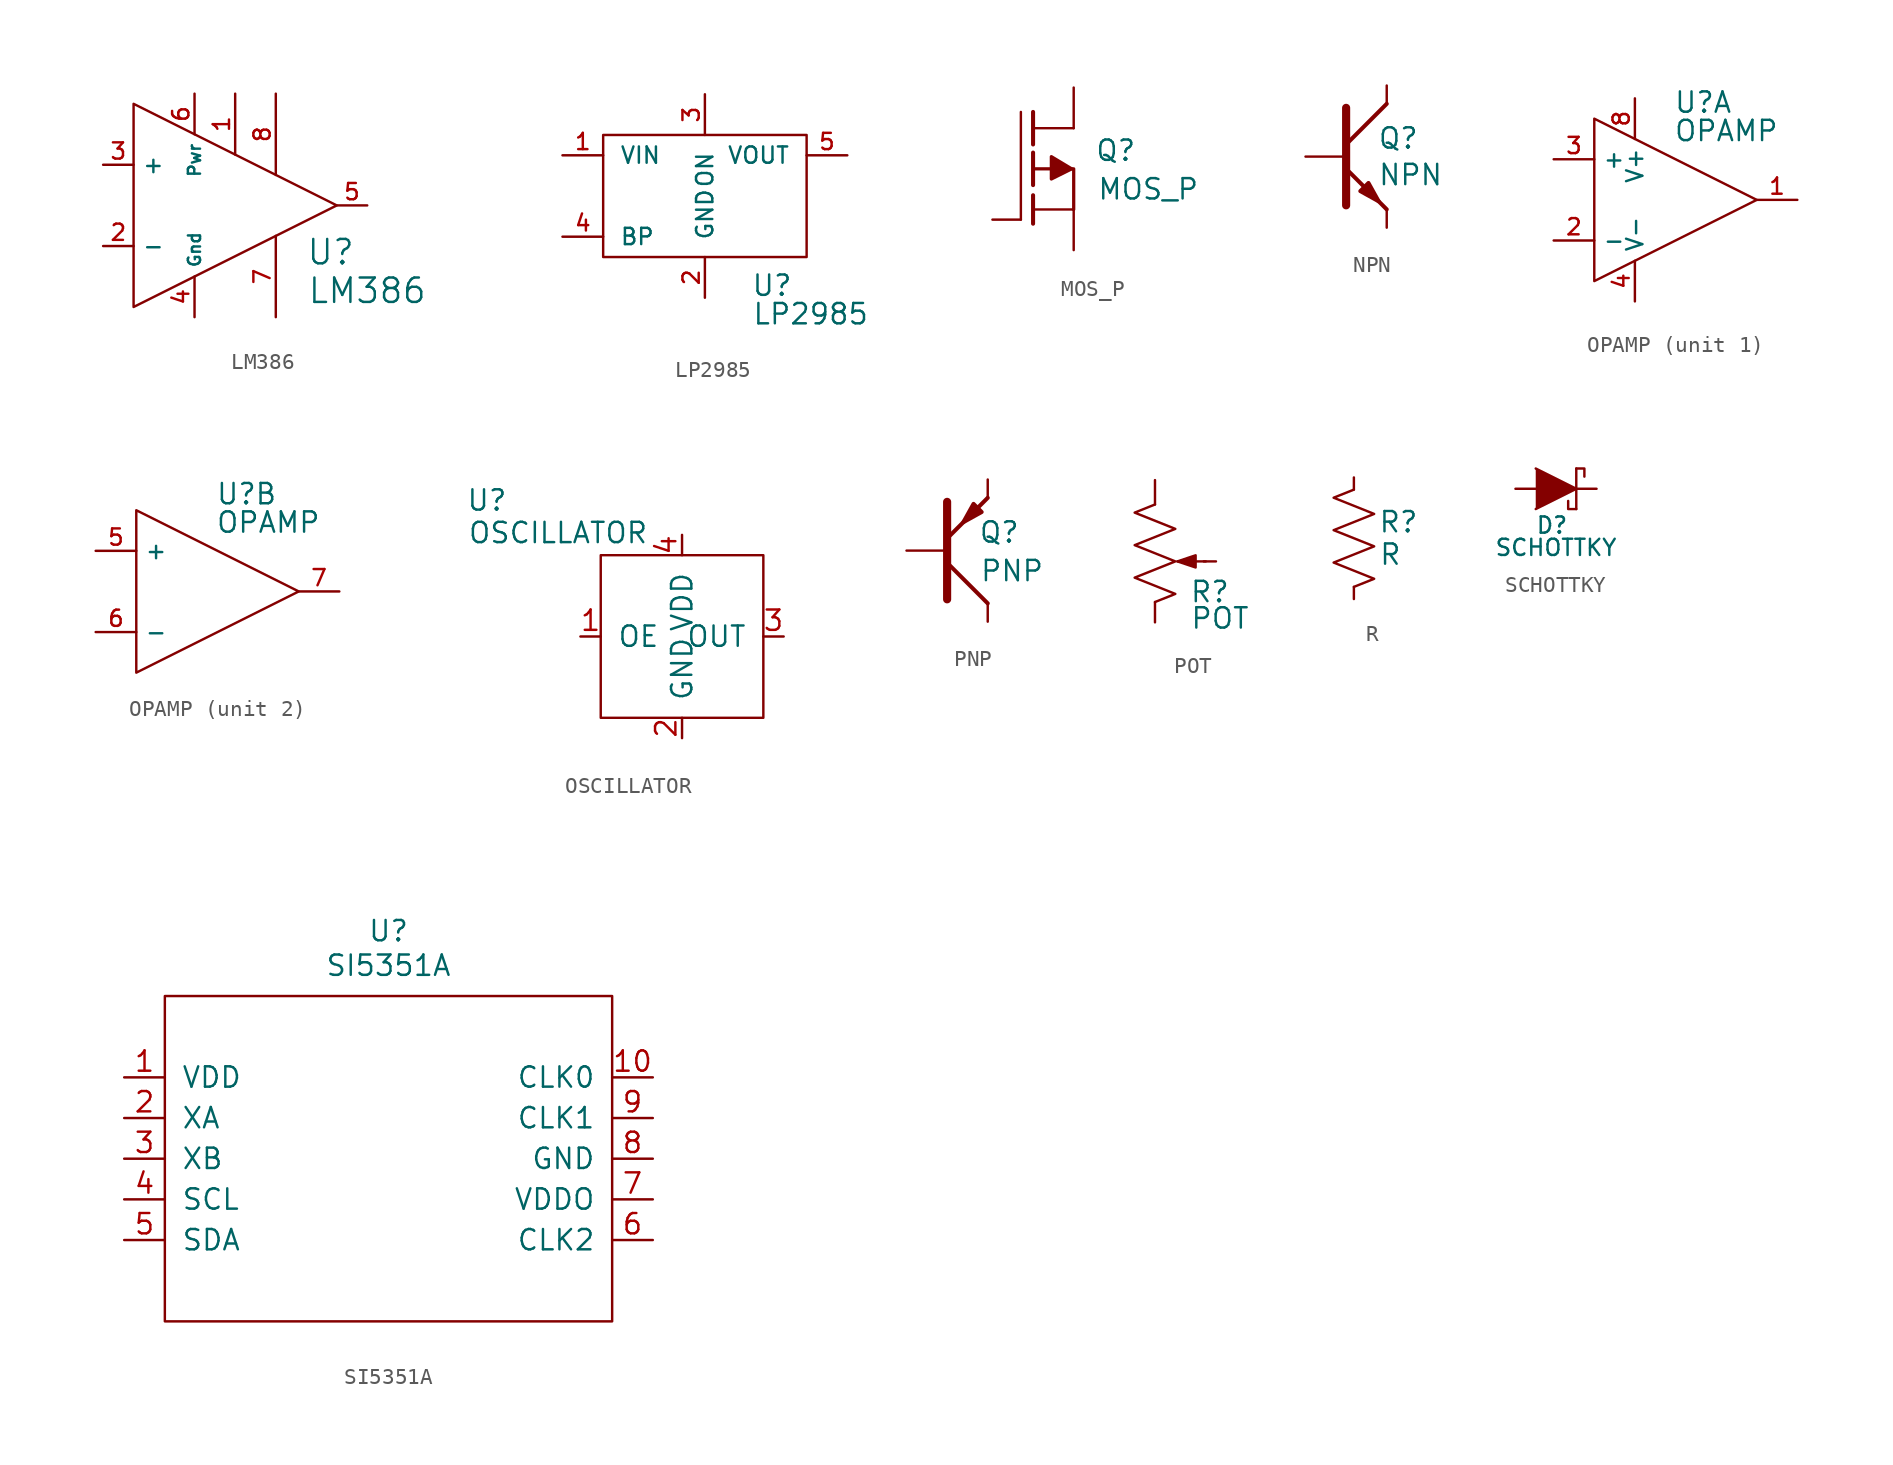
<source format=kicad_sym>
(kicad_symbol_lib
  (version 20220914)
  (generator kicad_symbol_editor)
  (symbol "LM386"
    (property "Reference" "U"
      (at 5.969 -2.921 0)
      (effects (font (size 1.524 1.524))))
    (property "Value" "LM386"
      (at 8.255 -5.334 0)
      (effects (font (size 1.524 1.524))))
    (property "Footprint" ""
      (at 0 0 0)
      (effects (font (size 1.524 1.524))))
    (property "Datasheet" ""
      (at 0 0 0)
      (effects (font (size 1.524 1.524))))
    (symbol "LM386_0_1"
      (polyline (pts (xy -6.35 6.35) (xy 6.35 0) (xy -6.35 -6.35) (xy -6.35 6.35)) (stroke (width 0) (type solid)) (fill (type none))))
    (symbol "LM386_1_1"
      (pin input line (at 0 6.985 270) (length 3.81) (name "~" (effects (font (size 0.508 0.508)))) (number "1" (effects (font (size 1.016 1.016)))))
      (pin input line (at -8.255 -2.54 0) (length 1.905) (name "-" (effects (font (size 1.016 1.016)))) (number "2" (effects (font (size 1.016 1.016)))))
      (pin input line (at -8.255 2.54 0) (length 1.905) (name "+" (effects (font (size 1.016 1.016)))) (number "3" (effects (font (size 1.016 1.016)))))
      (pin power_in line (at -2.54 -6.985 90) (length 2.54) (name "Gnd" (effects (font (size 0.762 0.762)))) (number "4" (effects (font (size 1.016 1.016)))))
      (pin output line (at 8.255 0 180) (length 1.905) (name "~" (effects (font (size 1.016 1.016)))) (number "5" (effects (font (size 1.016 1.016)))))
      (pin power_in line (at -2.54 6.985 270) (length 2.54) (name "Pwr" (effects (font (size 0.762 0.762)))) (number "6" (effects (font (size 1.016 1.016)))))
      (pin input line (at 2.54 -6.985 90) (length 5.08) (name "~" (effects (font (size 0.508 0.508)))) (number "7" (effects (font (size 1.016 1.016)))))
      (pin input line (at 2.54 6.985 270) (length 5.08) (name "~" (effects (font (size 0.508 0.508)))) (number "8" (effects (font (size 1.016 1.016)))))))
  (symbol "LP2985"
    (pin_names
      (offset 1.016))
    (property "Reference" "U"
      (at 4.191 -5.588 0)
      (effects (font (size 1.27 1.27))))
    (property "Value" "LP2985"
      (at 6.604 -7.366 0)
      (effects (font (size 1.27 1.27))))
    (property "Footprint" ""
      (at 0 0 0)
      (effects (font (size 1.524 1.524))))
    (property "Datasheet" ""
      (at 0 0 0)
      (effects (font (size 1.524 1.524))))
    (symbol "LP2985_0_1"
      (rectangle (start -6.35 3.81) (end 6.35 -3.81) (stroke (width 0) (type solid)) (fill (type none))))
    (symbol "LP2985_1_1"
      (pin passive line (at -8.89 2.54 0) (length 2.54) (name "VIN" (effects (font (size 1.016 1.016)))) (number "1" (effects (font (size 1.016 1.016)))))
      (pin passive line (at 0 -6.35 90) (length 2.54) (name "GND" (effects (font (size 1.016 1.016)))) (number "2" (effects (font (size 1.016 1.016)))))
      (pin passive line (at 0 6.35 270) (length 2.54) (name "ON" (effects (font (size 1.016 1.016)))) (number "3" (effects (font (size 1.016 1.016)))))
      (pin passive line (at -8.89 -2.54 0) (length 2.54) (name "BP" (effects (font (size 1.016 1.016)))) (number "4" (effects (font (size 1.016 1.016)))))
      (pin power_out line (at 8.89 2.54 180) (length 2.54) (name "VOUT" (effects (font (size 1.016 1.016)))) (number "5" (effects (font (size 1.016 1.016)))))))
  (symbol "MOS_P"
    (pin_numbers hide)
    (pin_names
      (offset 0) hide)
    (property "Reference" "Q"
      (at 6.477 1.143 0)
      (effects (font (size 1.27 1.27)) (justify right)))
    (property "Value" "MOS_P"
      (at 10.414 -1.27 0)
      (effects (font (size 1.27 1.27)) (justify right)))
    (property "Footprint" ""
      (at 0 0 0)
      (effects (font (size 1.524 1.524))))
    (property "Datasheet" ""
      (at 0 0 0)
      (effects (font (size 1.524 1.524))))
    (symbol "MOS_P_0_1"
      (polyline (pts (xy -0.762 -3.175) (xy -0.762 3.556)) (stroke (width 0.152) (type solid)) (fill (type none)))
      (polyline (pts (xy 0 -3.429) (xy 0 -1.651)) (stroke (width 0.254) (type solid)) (fill (type none)))
      (polyline (pts (xy 0 -1.016) (xy 0 1.016)) (stroke (width 0.254) (type solid)) (fill (type none)))
      (polyline (pts (xy 0 1.524) (xy 0 3.556)) (stroke (width 0.254) (type solid)) (fill (type none)))
      (polyline (pts (xy 2.54 -2.54) (xy 0 -2.54)) (stroke (width 0) (type solid)) (fill (type none)))
      (polyline (pts (xy 2.54 2.54) (xy 0 2.54)) (stroke (width 0) (type solid)) (fill (type none)))
      (polyline (pts (xy 2.54 -2.54) (xy 2.54 0) (xy 0.127 0)) (stroke (width 0.203) (type solid)) (fill (type none)))
      (polyline (pts (xy 2.413 0) (xy 1.143 -0.635) (xy 1.143 0.762) (xy 2.413 0)) (stroke (width 0.203) (type solid)) (fill (type outline))))
    (symbol "MOS_P_1_1"
      (pin passive line (at 2.54 -5.08 90) (length 2.54) (name "S" (effects (font (size 1.016 1.016)))) (number "1" (effects (font (size 1.016 1.016)))))
      (pin input line (at -2.54 -3.175 0) (length 1.778) (name "G" (effects (font (size 1.016 1.016)))) (number "2" (effects (font (size 1.016 1.016)))))
      (pin passive line (at 2.54 5.08 270) (length 2.54) (name "D" (effects (font (size 1.016 1.016)))) (number "3" (effects (font (size 1.016 1.016)))))))
  (symbol "NPN"
    (pin_numbers hide)
    (pin_names
      (offset 0) hide)
    (property "Reference" "Q"
      (at 4.572 1.143 0)
      (effects (font (size 1.27 1.27)) (justify right)))
    (property "Value" "NPN"
      (at 6.096 -1.143 0)
      (effects (font (size 1.27 1.27)) (justify right)))
    (property "Footprint" ""
      (at 0 0 0)
      (effects (font (size 1.524 1.524))))
    (property "Datasheet" ""
      (at 0 0 0)
      (effects (font (size 1.524 1.524))))
    (symbol "NPN_0_1"
      (polyline (pts (xy 0 0.762) (xy 2.54 3.302)) (stroke (width 0.254) (type solid)) (fill (type none)))
      (polyline (pts (xy 0 3.048) (xy 0 -3.048) (xy 0 -1.905)) (stroke (width 0.508) (type solid)) (fill (type none)))
      (polyline (pts (xy 2.54 -3.302) (xy 0 -0.762) (xy 0 -0.762)) (stroke (width 0.254) (type solid)) (fill (type none)))
      (polyline (pts (xy 2.032 -2.794) (xy 1.397 -1.651) (xy 0.889 -2.159) (xy 2.032 -2.794) (xy 2.032 -2.794)) (stroke (width 0.254) (type solid)) (fill (type outline))))
    (symbol "NPN_1_1"
      (pin passive line (at 2.54 -4.445 90) (length 1.143) (name "E" (effects (font (size 1.016 1.016)))) (number "1" (effects (font (size 1.016 1.016)))))
      (pin input line (at -2.54 0 0) (length 2.54) (name "B" (effects (font (size 1.016 1.016)))) (number "2" (effects (font (size 1.016 1.016)))))
      (pin passive line (at 2.54 4.445 270) (length 1.143) (name "C" (effects (font (size 1.016 1.016)))) (number "3" (effects (font (size 1.016 1.016)))))))
  (symbol "OPAMP"
    (property "Reference" "U"
      (at -0.127 6.096 0)
      (effects (font (size 1.27 1.27)) (justify left)))
    (property "Value" "OPAMP"
      (at -0.127 4.318 0)
      (effects (font (size 1.27 1.27)) (justify left)))
    (property "Footprint" ""
      (at 0 0 0)
      (effects (font (size 1.524 1.524))))
    (property "Datasheet" ""
      (at 0 0 0)
      (effects (font (size 1.524 1.524))))
    (symbol "OPAMP_0_1"
      (polyline (pts (xy -5.08 5.08) (xy 5.08 0) (xy -5.08 -5.08) (xy -5.08 5.08)) (stroke (width 0.152) (type solid)) (fill (type none))))
    (symbol "OPAMP_1_1"
      (pin output line (at 7.62 0 180) (length 2.54) (name "~" (effects (font (size 1.016 1.016)))) (number "1" (effects (font (size 1.016 1.016)))))
      (pin input line (at -7.62 -2.54 0) (length 2.54) (name "-" (effects (font (size 1.016 1.016)))) (number "2" (effects (font (size 1.016 1.016)))))
      (pin input line (at -7.62 2.54 0) (length 2.54) (name "+" (effects (font (size 1.016 1.016)))) (number "3" (effects (font (size 1.016 1.016)))))
      (pin power_in line (at -2.54 -6.35 90) (length 2.54) (name "V-" (effects (font (size 1.016 1.016)))) (number "4" (effects (font (size 1.016 1.016)))))
      (pin power_in line (at -2.54 6.35 270) (length 2.54) (name "V+" (effects (font (size 1.016 1.016)))) (number "8" (effects (font (size 1.016 1.016))))))
    (symbol "OPAMP_2_1"
      (pin input line (at -7.62 2.54 0) (length 2.54) (name "+" (effects (font (size 1.016 1.016)))) (number "5" (effects (font (size 1.016 1.016)))))
      (pin input line (at -7.62 -2.54 0) (length 2.54) (name "-" (effects (font (size 1.016 1.016)))) (number "6" (effects (font (size 1.016 1.016)))))
      (pin power_in line (at 7.62 0 180) (length 2.54) (name "~" (effects (font (size 1.016 1.016)))) (number "7" (effects (font (size 1.016 1.016)))))))
  (symbol "OSCILLATOR"
    (pin_names
      (offset 1.016))
    (property "Reference" "U"
      (at -12.192 8.509 0)
      (effects (font (size 1.27 1.27))))
    (property "Value" "OSCILLATOR"
      (at -7.747 6.477 0)
      (effects (font (size 1.27 1.27))))
    (property "Footprint" ""
      (at 0 0 0)
      (effects (font (size 1.524 1.524))))
    (property "Datasheet" ""
      (at 0 0 0)
      (effects (font (size 1.524 1.524))))
    (symbol "OSCILLATOR_0_1"
      (rectangle (start -5.08 5.08) (end 5.08 -5.08) (stroke (width 0) (type solid)) (fill (type none))))
    (symbol "OSCILLATOR_1_1"
      (pin passive line (at -6.35 0 0) (length 1.27) (name "OE" (effects (font (size 1.27 1.27)))) (number "1" (effects (font (size 1.27 1.27)))))
      (pin passive line (at 0 -6.35 90) (length 1.27) (name "GND" (effects (font (size 1.27 1.27)))) (number "2" (effects (font (size 1.27 1.27)))))
      (pin passive line (at 6.35 0 180) (length 1.27) (name "OUT" (effects (font (size 1.27 1.27)))) (number "3" (effects (font (size 1.27 1.27)))))
      (pin passive line (at 0 6.35 270) (length 1.27) (name "VDD" (effects (font (size 1.27 1.27)))) (number "4" (effects (font (size 1.27 1.27)))))))
  (symbol "PNP"
    (pin_numbers hide)
    (pin_names
      (offset 0) hide)
    (property "Reference" "Q"
      (at 4.572 1.143 0)
      (effects (font (size 1.27 1.27)) (justify right)))
    (property "Value" "PNP"
      (at 6.096 -1.27 0)
      (effects (font (size 1.27 1.27)) (justify right)))
    (property "Footprint" ""
      (at 0 0 0)
      (effects (font (size 1.524 1.524))))
    (property "Datasheet" ""
      (at 0 0 0)
      (effects (font (size 1.524 1.524))))
    (symbol "PNP_0_1"
      (polyline (pts (xy 0 0.762) (xy 2.54 3.302)) (stroke (width 0.254) (type solid)) (fill (type none)))
      (polyline (pts (xy 0 3.048) (xy 0 -3.048) (xy 0 -1.905)) (stroke (width 0.508) (type solid)) (fill (type none)))
      (polyline (pts (xy 2.54 -3.302) (xy 0 -0.762) (xy 0 -0.762)) (stroke (width 0.254) (type solid)) (fill (type none)))
      (polyline (pts (xy 2.159 2.413) (xy 1.651 2.921) (xy 1.016 1.778) (xy 2.159 2.413)) (stroke (width 0.254) (type solid)) (fill (type outline))))
    (symbol "PNP_1_1"
      (pin passive line (at 2.54 4.445 270) (length 1.143) (name "E" (effects (font (size 1.016 1.016)))) (number "1" (effects (font (size 1.016 1.016)))))
      (pin input line (at -2.54 0 0) (length 2.54) (name "B" (effects (font (size 1.016 1.016)))) (number "2" (effects (font (size 1.016 1.016)))))
      (pin passive line (at 2.54 -4.445 90) (length 1.143) (name "C" (effects (font (size 1.016 1.016)))) (number "3" (effects (font (size 1.016 1.016)))))))
  (symbol "POT"
    (pin_numbers hide)
    (pin_names
      (offset 0))
    (property "Reference" "R"
      (at 3.429 -1.905 0)
      (effects (font (size 1.27 1.27))))
    (property "Value" "POT"
      (at 4.064 -3.556 0)
      (effects (font (size 1.27 1.27))))
    (property "Footprint" ""
      (at 0 0 0)
      (effects (font (size 1.524 1.524))))
    (property "Datasheet" ""
      (at 0 0 0)
      (effects (font (size 1.524 1.524))))
    (symbol "POT_0_1"
      (polyline (pts (xy 1.397 0) (xy 3.175 0)) (stroke (width 0) (type solid)) (fill (type none)))
      (polyline (pts (xy 1.397 0) (xy 2.54 0.381) (xy 2.54 -0.381) (xy 1.397 0)) (stroke (width 0) (type solid)) (fill (type outline)))
      (polyline (pts (xy 0 3.556) (xy -1.27 3.048) (xy 1.27 2.032) (xy -1.27 1.016) (xy 1.27 0) (xy -1.27 -1.016) (xy 1.27 -2.032) (xy 0 -2.54)) (stroke (width 0) (type solid)) (fill (type none))))
    (symbol "POT_1_1"
      (pin passive line (at 0 5.08 270) (length 1.524) (name "~" (effects (font (size 1.524 1.524)))) (number "1" (effects (font (size 1.524 1.524)))))
      (pin passive line (at 3.81 0 180) (length 0.762) (name "~" (effects (font (size 1.524 1.524)))) (number "2" (effects (font (size 1.524 1.524)))))
      (pin passive line (at 0 -3.81 90) (length 1.27) (name "~" (effects (font (size 1.524 1.524)))) (number "3" (effects (font (size 1.524 1.524)))))))
  (symbol "R"
    (pin_numbers hide)
    (pin_names
      (offset 0))
    (property "Reference" "R"
      (at 2.794 1.016 0)
      (effects (font (size 1.27 1.27))))
    (property "Value" "R"
      (at 2.286 -1.016 0)
      (effects (font (size 1.27 1.27))))
    (property "Footprint" ""
      (at 0 0 0)
      (effects (font (size 1.524 1.524))))
    (property "Datasheet" ""
      (at 0 0 0)
      (effects (font (size 1.524 1.524))))
    (symbol "R_0_1"
      (polyline (pts (xy 0 3.048) (xy -1.27 2.54) (xy 1.27 1.524) (xy -1.27 0.508) (xy 1.27 -0.508) (xy -1.27 -1.524) (xy 1.27 -2.54) (xy 0 -3.048)) (stroke (width 0) (type solid)) (fill (type none))))
    (symbol "R_1_1"
      (pin passive line (at 0 3.81 270) (length 0.762) (name "~" (effects (font (size 1.524 1.524)))) (number "1" (effects (font (size 1.524 1.524)))))
      (pin passive line (at 0 -3.81 90) (length 0.762) (name "~" (effects (font (size 1.524 1.524)))) (number "2" (effects (font (size 1.524 1.524)))))))
  (symbol "SCHOTTKY"
    (pin_numbers hide)
    (pin_names
      (offset 1.016) hide)
    (property "Reference" "D"
      (at -0.254 -2.286 0)
      (effects (font (size 1.016 1.016))))
    (property "Value" "SCHOTTKY"
      (at 0 -3.683 0)
      (effects (font (size 1.016 1.016))))
    (property "Footprint" ""
      (at 0 0 0)
      (effects (font (size 1.524 1.524))))
    (property "Datasheet" ""
      (at 0 0 0)
      (effects (font (size 1.524 1.524))))
    (symbol "SCHOTTKY_0_1"
      (polyline (pts (xy 1.27 1.27) (xy 1.27 -1.27)) (stroke (width 0.152) (type solid)) (fill (type none)))
      (polyline (pts (xy -1.27 1.27) (xy 1.27 0) (xy -1.27 -1.27)) (stroke (width 0) (type solid)) (fill (type outline)))
      (polyline (pts (xy 1.27 -1.27) (xy 0.762 -1.27) (xy 0.762 -0.762)) (stroke (width 0) (type solid)) (fill (type none)))
      (polyline (pts (xy 1.27 1.27) (xy 1.778 1.27) (xy 1.778 0.762)) (stroke (width 0) (type solid)) (fill (type none))))
    (symbol "SCHOTTKY_1_1"
      (pin passive line (at -2.54 0 0) (length 1.27) (name "A" (effects (font (size 1.016 1.016)))) (number "1" (effects (font (size 1.016 1.016)))))
      (pin passive line (at 2.54 0 180) (length 1.27) (name "K" (effects (font (size 1.016 1.016)))) (number "2" (effects (font (size 1.016 1.016)))))))
  (symbol "SI5351A"
    (pin_names
      (offset 1.016))
    (property "Reference" "U"
      (at 0 14.224 0)
      (effects (font (size 1.27 1.27))))
    (property "Value" "SI5351A"
      (at 0 12.065 0)
      (effects (font (size 1.27 1.27))))
    (symbol "SI5351A_1_0"
      (rectangle (start -13.97 -10.16) (end 13.97 10.16) (stroke (width 0) (type solid)) (fill (type none))))
    (symbol "SI5351A_1_1"
      (pin passive line (at -16.51 5.08 0) (length 2.54) (name "VDD" (effects (font (size 1.27 1.27)))) (number "1" (effects (font (size 1.27 1.27)))))
      (pin passive line (at 16.51 5.08 180) (length 2.54) (name "CLK0" (effects (font (size 1.27 1.27)))) (number "10" (effects (font (size 1.27 1.27)))))
      (pin passive line (at -16.51 2.54 0) (length 2.54) (name "XA" (effects (font (size 1.27 1.27)))) (number "2" (effects (font (size 1.27 1.27)))))
      (pin passive line (at -16.51 0 0) (length 2.54) (name "XB" (effects (font (size 1.27 1.27)))) (number "3" (effects (font (size 1.27 1.27)))))
      (pin passive line (at -16.51 -2.54 0) (length 2.54) (name "SCL" (effects (font (size 1.27 1.27)))) (number "4" (effects (font (size 1.27 1.27)))))
      (pin passive line (at -16.51 -5.08 0) (length 2.54) (name "SDA" (effects (font (size 1.27 1.27)))) (number "5" (effects (font (size 1.27 1.27)))))
      (pin passive line (at 16.51 -5.08 180) (length 2.54) (name "CLK2" (effects (font (size 1.27 1.27)))) (number "6" (effects (font (size 1.27 1.27)))))
      (pin passive line (at 16.51 -2.54 180) (length 2.54) (name "VDDO" (effects (font (size 1.27 1.27)))) (number "7" (effects (font (size 1.27 1.27)))))
      (pin passive line (at 16.51 0 180) (length 2.54) (name "GND" (effects (font (size 1.27 1.27)))) (number "8" (effects (font (size 1.27 1.27)))))
      (pin passive line (at 16.51 2.54 180) (length 2.54) (name "CLK1" (effects (font (size 1.27 1.27)))) (number "9" (effects (font (size 1.27 1.27))))))))
</source>
